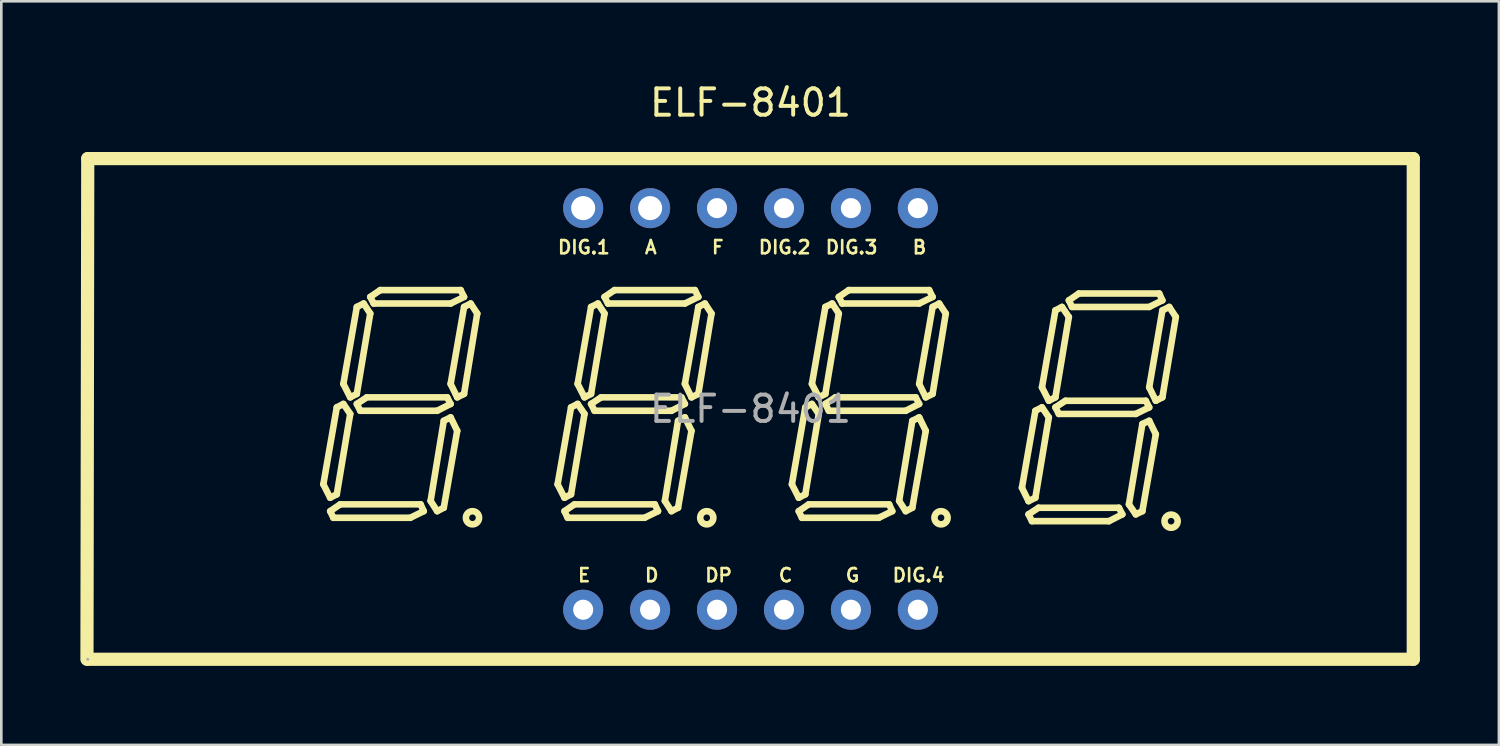
<source format=kicad_pcb>
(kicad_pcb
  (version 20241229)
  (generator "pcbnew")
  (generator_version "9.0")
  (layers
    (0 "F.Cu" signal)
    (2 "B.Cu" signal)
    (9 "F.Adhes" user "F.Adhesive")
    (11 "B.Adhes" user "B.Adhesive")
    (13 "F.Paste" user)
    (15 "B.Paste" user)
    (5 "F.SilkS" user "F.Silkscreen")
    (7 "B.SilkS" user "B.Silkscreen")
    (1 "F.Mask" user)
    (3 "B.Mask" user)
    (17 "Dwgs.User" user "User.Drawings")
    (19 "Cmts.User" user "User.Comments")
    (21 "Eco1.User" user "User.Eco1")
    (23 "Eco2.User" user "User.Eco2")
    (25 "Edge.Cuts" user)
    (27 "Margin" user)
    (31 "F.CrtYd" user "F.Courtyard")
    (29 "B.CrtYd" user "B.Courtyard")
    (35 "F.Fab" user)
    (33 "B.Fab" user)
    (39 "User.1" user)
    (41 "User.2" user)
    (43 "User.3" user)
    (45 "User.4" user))
  (footprint "ELF-8401"
    (layer "F.Cu")
    (at 25.43 12.468)
    (property "Reference" "ELF-8401" (at 0 -11.62 0) (layer "F.SilkS") (effects (font (size 1 1) (thickness 0.15))))
    (attr through_hole)
    (fp_line (start -25.18 9.5) (end -25.15 -9.5) (stroke (width 0.5) (type solid)) (layer "F.SilkS"))
    (fp_line (start -25.15 -9.5) (end 25.15 -9.5) (stroke (width 0.5) (type solid)) (layer "F.SilkS"))
    (fp_line (start -16.21 2.86) (end -15.7 -0.06) (stroke (width 0.25) (type solid)) (layer "F.SilkS"))
    (fp_line (start -15.95 3.37) (end -16.21 2.86) (stroke (width 0.25) (type solid)) (layer "F.SilkS"))
    (fp_line (start -15.95 3.88) (end -15.83 4.13) (stroke (width 0.25) (type solid)) (layer "F.SilkS"))
    (fp_line (start -15.83 4.13) (end -12.91 4.13) (stroke (width 0.25) (type solid)) (layer "F.SilkS"))
    (fp_line (start -15.7 -0.06) (end -15.45 -0.19) (stroke (width 0.25) (type solid)) (layer "F.SilkS"))
    (fp_line (start -15.7 3.24) (end -15.95 3.37) (stroke (width 0.25) (type solid)) (layer "F.SilkS"))
    (fp_line (start -15.57 3.62) (end -15.95 3.88) (stroke (width 0.25) (type solid)) (layer "F.SilkS"))
    (fp_line (start -15.45 -0.95) (end -14.94 -3.87) (stroke (width 0.25) (type solid)) (layer "F.SilkS"))
    (fp_line (start -15.45 -0.19) (end -15.19 0.19) (stroke (width 0.25) (type solid)) (layer "F.SilkS"))
    (fp_line (start -15.19 -0.44) (end -15.45 -0.95) (stroke (width 0.25) (type solid)) (layer "F.SilkS"))
    (fp_line (start -15.19 0.19) (end -15.7 3.24) (stroke (width 0.25) (type solid)) (layer "F.SilkS"))
    (fp_line (start -14.94 -3.87) (end -14.68 -4) (stroke (width 0.25) (type solid)) (layer "F.SilkS"))
    (fp_line (start -14.94 -0.57) (end -15.19 -0.44) (stroke (width 0.25) (type solid)) (layer "F.SilkS"))
    (fp_line (start -14.94 -0.19) (end -14.81 0.07) (stroke (width 0.25) (type solid)) (layer "F.SilkS"))
    (fp_line (start -14.81 0.07) (end -11.89 0.07) (stroke (width 0.25) (type solid)) (layer "F.SilkS"))
    (fp_line (start -14.68 -4) (end -14.43 -3.62) (stroke (width 0.25) (type solid)) (layer "F.SilkS"))
    (fp_line (start -14.56 -0.44) (end -14.94 -0.19) (stroke (width 0.25) (type solid)) (layer "F.SilkS"))
    (fp_line (start -14.43 -4.25) (end -14.05 -4.51) (stroke (width 0.25) (type solid)) (layer "F.SilkS"))
    (fp_line (start -14.43 -3.62) (end -14.94 -0.57) (stroke (width 0.25) (type solid)) (layer "F.SilkS"))
    (fp_line (start -14.3 -4) (end -14.43 -4.25) (stroke (width 0.25) (type solid)) (layer "F.SilkS"))
    (fp_line (start -14.05 -4.51) (end -11 -4.51) (stroke (width 0.25) (type solid)) (layer "F.SilkS"))
    (fp_line (start -12.91 4.13) (end -12.4 3.88) (stroke (width 0.25) (type solid)) (layer "F.SilkS"))
    (fp_line (start -12.52 3.62) (end -15.57 3.62) (stroke (width 0.25) (type solid)) (layer "F.SilkS"))
    (fp_line (start -12.4 3.88) (end -12.52 3.62) (stroke (width 0.25) (type solid)) (layer "F.SilkS"))
    (fp_line (start -12.14 3.49) (end -11.89 3.88) (stroke (width 0.25) (type solid)) (layer "F.SilkS"))
    (fp_line (start -11.89 0.07) (end -11.38 -0.19) (stroke (width 0.25) (type solid)) (layer "F.SilkS"))
    (fp_line (start -11.89 3.88) (end -11.64 3.75) (stroke (width 0.25) (type solid)) (layer "F.SilkS"))
    (fp_line (start -11.64 0.45) (end -12.14 3.49) (stroke (width 0.25) (type solid)) (layer "F.SilkS"))
    (fp_line (start -11.64 3.75) (end -11.13 0.83) (stroke (width 0.25) (type solid)) (layer "F.SilkS"))
    (fp_line (start -11.51 -0.44) (end -14.56 -0.44) (stroke (width 0.25) (type solid)) (layer "F.SilkS"))
    (fp_line (start -11.38 -4) (end -14.3 -4) (stroke (width 0.25) (type solid)) (layer "F.SilkS"))
    (fp_line (start -11.38 -0.95) (end -10.87 -3.87) (stroke (width 0.25) (type solid)) (layer "F.SilkS"))
    (fp_line (start -11.38 -0.19) (end -11.51 -0.44) (stroke (width 0.25) (type solid)) (layer "F.SilkS"))
    (fp_line (start -11.38 0.32) (end -11.64 0.45) (stroke (width 0.25) (type solid)) (layer "F.SilkS"))
    (fp_line (start -11.13 -0.44) (end -11.38 -0.95) (stroke (width 0.25) (type solid)) (layer "F.SilkS"))
    (fp_line (start -11.13 0.83) (end -11.38 0.32) (stroke (width 0.25) (type solid)) (layer "F.SilkS"))
    (fp_line (start -11 -4.51) (end -10.87 -4.25) (stroke (width 0.25) (type solid)) (layer "F.SilkS"))
    (fp_line (start -10.87 -4.25) (end -11.38 -4) (stroke (width 0.25) (type solid)) (layer "F.SilkS"))
    (fp_line (start -10.87 -3.87) (end -10.62 -4) (stroke (width 0.25) (type solid)) (layer "F.SilkS"))
    (fp_line (start -10.87 -0.57) (end -11.13 -0.44) (stroke (width 0.25) (type solid)) (layer "F.SilkS"))
    (fp_line (start -10.62 -4) (end -10.37 -3.62) (stroke (width 0.25) (type solid)) (layer "F.SilkS"))
    (fp_line (start -10.37 -3.62) (end -10.87 -0.57) (stroke (width 0.25) (type solid)) (layer "F.SilkS"))
    (fp_line (start -7.32 2.86) (end -6.81 -0.06) (stroke (width 0.25) (type solid)) (layer "F.SilkS"))
    (fp_line (start -7.06 3.37) (end -7.32 2.86) (stroke (width 0.25) (type solid)) (layer "F.SilkS"))
    (fp_line (start -7.06 3.88) (end -6.94 4.13) (stroke (width 0.25) (type solid)) (layer "F.SilkS"))
    (fp_line (start -6.94 4.13) (end -4.02 4.13) (stroke (width 0.25) (type solid)) (layer "F.SilkS"))
    (fp_line (start -6.81 -0.06) (end -6.56 -0.19) (stroke (width 0.25) (type solid)) (layer "F.SilkS"))
    (fp_line (start -6.81 3.24) (end -7.06 3.37) (stroke (width 0.25) (type solid)) (layer "F.SilkS"))
    (fp_line (start -6.68 3.62) (end -7.06 3.88) (stroke (width 0.25) (type solid)) (layer "F.SilkS"))
    (fp_line (start -6.56 -0.95) (end -6.05 -3.87) (stroke (width 0.25) (type solid)) (layer "F.SilkS"))
    (fp_line (start -6.56 -0.19) (end -6.3 0.19) (stroke (width 0.25) (type solid)) (layer "F.SilkS"))
    (fp_line (start -6.3 -0.44) (end -6.56 -0.95) (stroke (width 0.25) (type solid)) (layer "F.SilkS"))
    (fp_line (start -6.3 0.19) (end -6.81 3.24) (stroke (width 0.25) (type solid)) (layer "F.SilkS"))
    (fp_line (start -6.05 -3.87) (end -5.79 -4) (stroke (width 0.25) (type solid)) (layer "F.SilkS"))
    (fp_line (start -6.05 -0.57) (end -6.3 -0.44) (stroke (width 0.25) (type solid)) (layer "F.SilkS"))
    (fp_line (start -6.05 -0.19) (end -5.92 0.07) (stroke (width 0.25) (type solid)) (layer "F.SilkS"))
    (fp_line (start -5.92 0.07) (end -3 0.07) (stroke (width 0.25) (type solid)) (layer "F.SilkS"))
    (fp_line (start -5.79 -4) (end -5.54 -3.62) (stroke (width 0.25) (type solid)) (layer "F.SilkS"))
    (fp_line (start -5.67 -0.44) (end -6.05 -0.19) (stroke (width 0.25) (type solid)) (layer "F.SilkS"))
    (fp_line (start -5.54 -4.25) (end -5.16 -4.51) (stroke (width 0.25) (type solid)) (layer "F.SilkS"))
    (fp_line (start -5.54 -3.62) (end -6.05 -0.57) (stroke (width 0.25) (type solid)) (layer "F.SilkS"))
    (fp_line (start -5.41 -4) (end -5.54 -4.25) (stroke (width 0.25) (type solid)) (layer "F.SilkS"))
    (fp_line (start -5.16 -4.51) (end -2.11 -4.51) (stroke (width 0.25) (type solid)) (layer "F.SilkS"))
    (fp_line (start -4.02 4.13) (end -3.51 3.88) (stroke (width 0.25) (type solid)) (layer "F.SilkS"))
    (fp_line (start -3.63 3.62) (end -6.68 3.62) (stroke (width 0.25) (type solid)) (layer "F.SilkS"))
    (fp_line (start -3.51 3.88) (end -3.63 3.62) (stroke (width 0.25) (type solid)) (layer "F.SilkS"))
    (fp_line (start -3.25 3.49) (end -3 3.88) (stroke (width 0.25) (type solid)) (layer "F.SilkS"))
    (fp_line (start -3 0.07) (end -2.49 -0.19) (stroke (width 0.25) (type solid)) (layer "F.SilkS"))
    (fp_line (start -3 3.88) (end -2.75 3.75) (stroke (width 0.25) (type solid)) (layer "F.SilkS"))
    (fp_line (start -2.75 0.45) (end -3.25 3.49) (stroke (width 0.25) (type solid)) (layer "F.SilkS"))
    (fp_line (start -2.75 3.75) (end -2.24 0.83) (stroke (width 0.25) (type solid)) (layer "F.SilkS"))
    (fp_line (start -2.62 -0.44) (end -5.67 -0.44) (stroke (width 0.25) (type solid)) (layer "F.SilkS"))
    (fp_line (start -2.49 -4) (end -5.41 -4) (stroke (width 0.25) (type solid)) (layer "F.SilkS"))
    (fp_line (start -2.49 -0.95) (end -1.98 -3.87) (stroke (width 0.25) (type solid)) (layer "F.SilkS"))
    (fp_line (start -2.49 -0.19) (end -2.62 -0.44) (stroke (width 0.25) (type solid)) (layer "F.SilkS"))
    (fp_line (start -2.49 0.32) (end -2.75 0.45) (stroke (width 0.25) (type solid)) (layer "F.SilkS"))
    (fp_line (start -2.24 -0.44) (end -2.49 -0.95) (stroke (width 0.25) (type solid)) (layer "F.SilkS"))
    (fp_line (start -2.24 0.83) (end -2.49 0.32) (stroke (width 0.25) (type solid)) (layer "F.SilkS"))
    (fp_line (start -2.11 -4.51) (end -1.98 -4.25) (stroke (width 0.25) (type solid)) (layer "F.SilkS"))
    (fp_line (start -1.98 -4.25) (end -2.49 -4) (stroke (width 0.25) (type solid)) (layer "F.SilkS"))
    (fp_line (start -1.98 -3.87) (end -1.73 -4) (stroke (width 0.25) (type solid)) (layer "F.SilkS"))
    (fp_line (start -1.98 -0.57) (end -2.24 -0.44) (stroke (width 0.25) (type solid)) (layer "F.SilkS"))
    (fp_line (start -1.73 -4) (end -1.48 -3.62) (stroke (width 0.25) (type solid)) (layer "F.SilkS"))
    (fp_line (start -1.48 -3.62) (end -1.98 -0.57) (stroke (width 0.25) (type solid)) (layer "F.SilkS"))
    (fp_line (start 1.57 2.86) (end 2.08 -0.06) (stroke (width 0.25) (type solid)) (layer "F.SilkS"))
    (fp_line (start 1.83 3.37) (end 1.57 2.86) (stroke (width 0.25) (type solid)) (layer "F.SilkS"))
    (fp_line (start 1.83 3.88) (end 1.95 4.13) (stroke (width 0.25) (type solid)) (layer "F.SilkS"))
    (fp_line (start 1.95 4.13) (end 4.87 4.13) (stroke (width 0.25) (type solid)) (layer "F.SilkS"))
    (fp_line (start 2.08 -0.06) (end 2.33 -0.19) (stroke (width 0.25) (type solid)) (layer "F.SilkS"))
    (fp_line (start 2.08 3.24) (end 1.83 3.37) (stroke (width 0.25) (type solid)) (layer "F.SilkS"))
    (fp_line (start 2.21 3.62) (end 1.83 3.88) (stroke (width 0.25) (type solid)) (layer "F.SilkS"))
    (fp_line (start 2.33 -0.95) (end 2.84 -3.87) (stroke (width 0.25) (type solid)) (layer "F.SilkS"))
    (fp_line (start 2.33 -0.19) (end 2.59 0.19) (stroke (width 0.25) (type solid)) (layer "F.SilkS"))
    (fp_line (start 2.59 -0.44) (end 2.33 -0.95) (stroke (width 0.25) (type solid)) (layer "F.SilkS"))
    (fp_line (start 2.59 0.19) (end 2.08 3.24) (stroke (width 0.25) (type solid)) (layer "F.SilkS"))
    (fp_line (start 2.84 -3.87) (end 3.1 -4) (stroke (width 0.25) (type solid)) (layer "F.SilkS"))
    (fp_line (start 2.84 -0.57) (end 2.59 -0.44) (stroke (width 0.25) (type solid)) (layer "F.SilkS"))
    (fp_line (start 2.84 -0.19) (end 2.97 0.07) (stroke (width 0.25) (type solid)) (layer "F.SilkS"))
    (fp_line (start 2.97 0.07) (end 5.89 0.07) (stroke (width 0.25) (type solid)) (layer "F.SilkS"))
    (fp_line (start 3.1 -4) (end 3.35 -3.62) (stroke (width 0.25) (type solid)) (layer "F.SilkS"))
    (fp_line (start 3.22 -0.44) (end 2.84 -0.19) (stroke (width 0.25) (type solid)) (layer "F.SilkS"))
    (fp_line (start 3.35 -4.25) (end 3.73 -4.51) (stroke (width 0.25) (type solid)) (layer "F.SilkS"))
    (fp_line (start 3.35 -3.62) (end 2.84 -0.57) (stroke (width 0.25) (type solid)) (layer "F.SilkS"))
    (fp_line (start 3.48 -4) (end 3.35 -4.25) (stroke (width 0.25) (type solid)) (layer "F.SilkS"))
    (fp_line (start 3.73 -4.51) (end 6.78 -4.51) (stroke (width 0.25) (type solid)) (layer "F.SilkS"))
    (fp_line (start 4.87 4.13) (end 5.38 3.88) (stroke (width 0.25) (type solid)) (layer "F.SilkS"))
    (fp_line (start 5.26 3.62) (end 2.21 3.62) (stroke (width 0.25) (type solid)) (layer "F.SilkS"))
    (fp_line (start 5.38 3.88) (end 5.26 3.62) (stroke (width 0.25) (type solid)) (layer "F.SilkS"))
    (fp_line (start 5.64 3.49) (end 5.89 3.88) (stroke (width 0.25) (type solid)) (layer "F.SilkS"))
    (fp_line (start 5.89 0.07) (end 6.4 -0.19) (stroke (width 0.25) (type solid)) (layer "F.SilkS"))
    (fp_line (start 5.89 3.88) (end 6.14 3.75) (stroke (width 0.25) (type solid)) (layer "F.SilkS"))
    (fp_line (start 6.14 0.45) (end 5.64 3.49) (stroke (width 0.25) (type solid)) (layer "F.SilkS"))
    (fp_line (start 6.14 3.75) (end 6.65 0.83) (stroke (width 0.25) (type solid)) (layer "F.SilkS"))
    (fp_line (start 6.27 -0.44) (end 3.22 -0.44) (stroke (width 0.25) (type solid)) (layer "F.SilkS"))
    (fp_line (start 6.4 -4) (end 3.48 -4) (stroke (width 0.25) (type solid)) (layer "F.SilkS"))
    (fp_line (start 6.4 -0.95) (end 6.91 -3.87) (stroke (width 0.25) (type solid)) (layer "F.SilkS"))
    (fp_line (start 6.4 -0.19) (end 6.27 -0.44) (stroke (width 0.25) (type solid)) (layer "F.SilkS"))
    (fp_line (start 6.4 0.32) (end 6.14 0.45) (stroke (width 0.25) (type solid)) (layer "F.SilkS"))
    (fp_line (start 6.65 -0.44) (end 6.4 -0.95) (stroke (width 0.25) (type solid)) (layer "F.SilkS"))
    (fp_line (start 6.65 0.83) (end 6.4 0.32) (stroke (width 0.25) (type solid)) (layer "F.SilkS"))
    (fp_line (start 6.78 -4.51) (end 6.91 -4.25) (stroke (width 0.25) (type solid)) (layer "F.SilkS"))
    (fp_line (start 6.91 -4.25) (end 6.4 -4) (stroke (width 0.25) (type solid)) (layer "F.SilkS"))
    (fp_line (start 6.91 -3.87) (end 7.16 -4) (stroke (width 0.25) (type solid)) (layer "F.SilkS"))
    (fp_line (start 6.91 -0.57) (end 6.65 -0.44) (stroke (width 0.25) (type solid)) (layer "F.SilkS"))
    (fp_line (start 7.16 -4) (end 7.41 -3.62) (stroke (width 0.25) (type solid)) (layer "F.SilkS"))
    (fp_line (start 7.41 -3.62) (end 6.91 -0.57) (stroke (width 0.25) (type solid)) (layer "F.SilkS"))
    (fp_line (start 10.3 2.99) (end 10.81 0.07) (stroke (width 0.25) (type solid)) (layer "F.SilkS"))
    (fp_line (start 10.55 3.5) (end 10.3 2.99) (stroke (width 0.25) (type solid)) (layer "F.SilkS"))
    (fp_line (start 10.55 4) (end 10.68 4.26) (stroke (width 0.25) (type solid)) (layer "F.SilkS"))
    (fp_line (start 10.68 4.26) (end 13.6 4.26) (stroke (width 0.25) (type solid)) (layer "F.SilkS"))
    (fp_line (start 10.81 0.07) (end 11.06 -0.06) (stroke (width 0.25) (type solid)) (layer "F.SilkS"))
    (fp_line (start 10.81 3.37) (end 10.55 3.5) (stroke (width 0.25) (type solid)) (layer "F.SilkS"))
    (fp_line (start 10.93 3.75) (end 10.55 4) (stroke (width 0.25) (type solid)) (layer "F.SilkS"))
    (fp_line (start 11.06 -0.82) (end 11.57 -3.74) (stroke (width 0.25) (type solid)) (layer "F.SilkS"))
    (fp_line (start 11.06 -0.06) (end 11.32 0.32) (stroke (width 0.25) (type solid)) (layer "F.SilkS"))
    (fp_line (start 11.32 -0.31) (end 11.06 -0.82) (stroke (width 0.25) (type solid)) (layer "F.SilkS"))
    (fp_line (start 11.32 0.32) (end 10.81 3.37) (stroke (width 0.25) (type solid)) (layer "F.SilkS"))
    (fp_line (start 11.57 -3.74) (end 11.82 -3.87) (stroke (width 0.25) (type solid)) (layer "F.SilkS"))
    (fp_line (start 11.57 -0.44) (end 11.32 -0.31) (stroke (width 0.25) (type solid)) (layer "F.SilkS"))
    (fp_line (start 11.57 -0.06) (end 11.7 0.19) (stroke (width 0.25) (type solid)) (layer "F.SilkS"))
    (fp_line (start 11.7 0.19) (end 14.62 0.19) (stroke (width 0.25) (type solid)) (layer "F.SilkS"))
    (fp_line (start 11.82 -3.87) (end 12.08 -3.49) (stroke (width 0.25) (type solid)) (layer "F.SilkS"))
    (fp_line (start 11.95 -0.31) (end 11.57 -0.06) (stroke (width 0.25) (type solid)) (layer "F.SilkS"))
    (fp_line (start 12.08 -4.12) (end 12.46 -4.38) (stroke (width 0.25) (type solid)) (layer "F.SilkS"))
    (fp_line (start 12.08 -3.49) (end 11.57 -0.44) (stroke (width 0.25) (type solid)) (layer "F.SilkS"))
    (fp_line (start 12.2 -3.87) (end 12.08 -4.12) (stroke (width 0.25) (type solid)) (layer "F.SilkS"))
    (fp_line (start 12.46 -4.38) (end 15.51 -4.38) (stroke (width 0.25) (type solid)) (layer "F.SilkS"))
    (fp_line (start 13.6 4.26) (end 14.11 4) (stroke (width 0.25) (type solid)) (layer "F.SilkS"))
    (fp_line (start 13.98 3.75) (end 10.93 3.75) (stroke (width 0.25) (type solid)) (layer "F.SilkS"))
    (fp_line (start 14.11 4) (end 13.98 3.75) (stroke (width 0.25) (type solid)) (layer "F.SilkS"))
    (fp_line (start 14.36 3.62) (end 14.62 4) (stroke (width 0.25) (type solid)) (layer "F.SilkS"))
    (fp_line (start 14.62 0.19) (end 15.13 -0.06) (stroke (width 0.25) (type solid)) (layer "F.SilkS"))
    (fp_line (start 14.62 4) (end 14.87 3.88) (stroke (width 0.25) (type solid)) (layer "F.SilkS"))
    (fp_line (start 14.87 0.57) (end 14.36 3.62) (stroke (width 0.25) (type solid)) (layer "F.SilkS"))
    (fp_line (start 14.87 3.88) (end 15.38 0.96) (stroke (width 0.25) (type solid)) (layer "F.SilkS"))
    (fp_line (start 15 -0.31) (end 11.95 -0.31) (stroke (width 0.25) (type solid)) (layer "F.SilkS"))
    (fp_line (start 15.13 -3.87) (end 12.2 -3.87) (stroke (width 0.25) (type solid)) (layer "F.SilkS"))
    (fp_line (start 15.13 -0.82) (end 15.63 -3.74) (stroke (width 0.25) (type solid)) (layer "F.SilkS"))
    (fp_line (start 15.13 -0.06) (end 15 -0.31) (stroke (width 0.25) (type solid)) (layer "F.SilkS"))
    (fp_line (start 15.13 0.45) (end 14.87 0.57) (stroke (width 0.25) (type solid)) (layer "F.SilkS"))
    (fp_line (start 15.38 -0.31) (end 15.13 -0.82) (stroke (width 0.25) (type solid)) (layer "F.SilkS"))
    (fp_line (start 15.38 0.96) (end 15.13 0.45) (stroke (width 0.25) (type solid)) (layer "F.SilkS"))
    (fp_line (start 15.51 -4.38) (end 15.63 -4.12) (stroke (width 0.25) (type solid)) (layer "F.SilkS"))
    (fp_line (start 15.63 -4.12) (end 15.13 -3.87) (stroke (width 0.25) (type solid)) (layer "F.SilkS"))
    (fp_line (start 15.63 -3.74) (end 15.89 -3.87) (stroke (width 0.25) (type solid)) (layer "F.SilkS"))
    (fp_line (start 15.63 -0.44) (end 15.38 -0.31) (stroke (width 0.25) (type solid)) (layer "F.SilkS"))
    (fp_line (start 15.89 -3.87) (end 16.14 -3.49) (stroke (width 0.25) (type solid)) (layer "F.SilkS"))
    (fp_line (start 16.14 -3.49) (end 15.63 -0.44) (stroke (width 0.25) (type solid)) (layer "F.SilkS"))
    (fp_line (start 25.15 -9.5) (end 25.15 9.5) (stroke (width 0.5) (type solid)) (layer "F.SilkS"))
    (fp_line (start 25.15 9.5) (end -25.15 9.5) (stroke (width 0.5) (type solid)) (layer "F.SilkS"))
    (fp_arc (start -10.54 3.88) (mid -10.555002 4.38015) (end -10.549997 3.8798) (stroke (width 0.25) (type solid)) (layer "F.SilkS"))
    (fp_arc (start -1.65 3.88) (mid -1.665002 4.38015) (end -1.659997 3.8798) (stroke (width 0.25) (type solid)) (layer "F.SilkS"))
    (fp_arc (start 7.24 3.88) (mid 7.224998 4.38015) (end 7.230003 3.8798) (stroke (width 0.25) (type solid)) (layer "F.SilkS"))
    (fp_arc (start 15.97 4.01) (mid 15.954998 4.51015) (end 15.960003 4.0098) (stroke (width 0.25) (type solid)) (layer "F.SilkS"))
    (fp_circle (center -25.15 9.5) (end -25.12 9.5) (stroke (width 0.06) (type solid)) (fill no) (layer "F.Fab"))
    (fp_circle (center -6.35 -7.62) (end -6.22 -7.62) (stroke (width 0.25) (type solid)) (fill no) (layer "F.Fab"))
    (fp_circle (center -6.35 7.62) (end -6.22 7.62) (stroke (width 0.25) (type solid)) (fill no) (layer "F.Fab"))
    (fp_circle (center -3.81 -7.62) (end -3.68 -7.62) (stroke (width 0.25) (type solid)) (fill no) (layer "F.Fab"))
    (fp_circle (center -3.81 7.62) (end -3.68 7.62) (stroke (width 0.25) (type solid)) (fill no) (layer "F.Fab"))
    (fp_circle (center -1.27 -7.62) (end -1.14 -7.62) (stroke (width 0.25) (type solid)) (fill no) (layer "F.Fab"))
    (fp_circle (center -1.27 7.62) (end -1.14 7.62) (stroke (width 0.25) (type solid)) (fill no) (layer "F.Fab"))
    (fp_circle (center 1.27 -7.62) (end 1.4 -7.62) (stroke (width 0.25) (type solid)) (fill no) (layer "F.Fab"))
    (fp_circle (center 1.27 7.62) (end 1.4 7.62) (stroke (width 0.25) (type solid)) (fill no) (layer "F.Fab"))
    (fp_circle (center 3.81 -7.62) (end 3.94 -7.62) (stroke (width 0.25) (type solid)) (fill no) (layer "F.Fab"))
    (fp_circle (center 3.81 7.62) (end 3.94 7.62) (stroke (width 0.25) (type solid)) (fill no) (layer "F.Fab"))
    (fp_circle (center 6.35 -7.62) (end 6.48 -7.62) (stroke (width 0.25) (type solid)) (fill no) (layer "F.Fab"))
    (fp_circle (center 6.35 7.62) (end 6.48 7.62) (stroke (width 0.25) (type solid)) (fill no) (layer "F.Fab"))
    (fp_text user "DIG.4" (at 5.334 6.604 0) (unlocked yes) (layer "F.SilkS") (effects (font (size 0.5 0.5) (thickness 0.1)) (justify left bottom)))
    (fp_text user "E" (at -6.604 6.604 0) (unlocked yes) (layer "F.SilkS") (effects (font (size 0.5 0.5) (thickness 0.1)) (justify left bottom)))
    (fp_text user "A" (at -4.064 -5.842 0) (unlocked yes) (layer "F.SilkS") (effects (font (size 0.5 0.5) (thickness 0.1)) (justify left bottom)))
    (fp_text user "DIG.3" (at 2.794 -5.842 0) (unlocked yes) (layer "F.SilkS") (effects (font (size 0.5 0.5) (thickness 0.1)) (justify left bottom)))
    (fp_text user "D" (at -4.064 6.604 0) (unlocked yes) (layer "F.SilkS") (effects (font (size 0.5 0.5) (thickness 0.1)) (justify left bottom)))
    (fp_text user "DIG.1" (at -7.366 -5.842 0) (unlocked yes) (layer "F.SilkS") (effects (font (size 0.5 0.5) (thickness 0.1)) (justify left bottom)))
    (fp_text user "DP" (at -1.778 6.604 0) (unlocked yes) (layer "F.SilkS") (effects (font (size 0.5 0.5) (thickness 0.1)) (justify left bottom)))
    (fp_text user "DIG.2" (at 0.254 -5.842 0) (unlocked yes) (layer "F.SilkS") (effects (font (size 0.5 0.5) (thickness 0.1)) (justify left bottom)))
    (fp_text user "C" (at 1.016 6.604 0) (unlocked yes) (layer "F.SilkS") (effects (font (size 0.5 0.5) (thickness 0.1)) (justify left bottom)))
    (fp_text user "G" (at 3.556 6.604 0) (unlocked yes) (layer "F.SilkS") (effects (font (size 0.5 0.5) (thickness 0.1)) (justify left bottom)))
    (fp_text user "B" (at 6.096 -5.842 0) (unlocked yes) (layer "F.SilkS") (effects (font (size 0.5 0.5) (thickness 0.1)) (justify left bottom)))
    (fp_text user "F" (at -1.524 -5.842 0) (unlocked yes) (layer "F.SilkS") (effects (font (size 0.5 0.5) (thickness 0.1)) (justify left bottom)))
    (fp_text user "${REFERENCE}" (at 0 0 0) (layer "F.Fab") (effects (font (size 1 1) (thickness 0.15))))
    (pad "1" thru_hole circle (at -6.35 7.62) (size 1.52 1.52) (drill 0.762) (layers "*.Cu" "*.Mask"))
    (pad "2" thru_hole circle (at -3.81 7.62) (size 1.52 1.52) (drill 0.762) (layers "*.Cu" "*.Mask"))
    (pad "3" thru_hole circle (at -1.27 7.62) (size 1.52 1.52) (drill 0.762) (layers "*.Cu" "*.Mask"))
    (pad "4" thru_hole circle (at 1.27 7.62) (size 1.52 1.52) (drill 0.762) (layers "*.Cu" "*.Mask"))
    (pad "5" thru_hole circle (at 3.81 7.62) (size 1.52 1.52) (drill 0.762) (layers "*.Cu" "*.Mask"))
    (pad "6" thru_hole circle (at 6.35 7.62) (size 1.52 1.52) (drill 0.762) (layers "*.Cu" "*.Mask"))
    (pad "7" thru_hole circle (at 6.35 -7.62) (size 1.52 1.52) (drill 0.762) (layers "*.Cu" "*.Mask"))
    (pad "8" thru_hole circle (at 3.81 -7.62) (size 1.52 1.52) (drill 0.762) (layers "*.Cu" "*.Mask"))
    (pad "9" thru_hole circle (at 1.27 -7.62) (size 1.52 1.52) (drill 0.762) (layers "*.Cu" "*.Mask"))
    (pad "10" thru_hole circle (at -1.27 -7.62) (size 1.52 1.52) (drill 0.762) (layers "*.Cu" "*.Mask"))
    (pad "11" thru_hole circle (at -3.81 -7.62) (size 1.52 1.52) (drill 0.914) (layers "*.Cu" "*.Mask"))
    (pad "12" thru_hole circle (at -6.35 -7.62) (size 1.52 1.52) (drill 0.914) (layers "*.Cu" "*.Mask")))
  (gr_rect
    (start -3 -3)
    (end 53.83 25.218)
    (stroke (width 0.1) (type default))
    (fill no)
    (layer "Edge.Cuts")))
</source>
